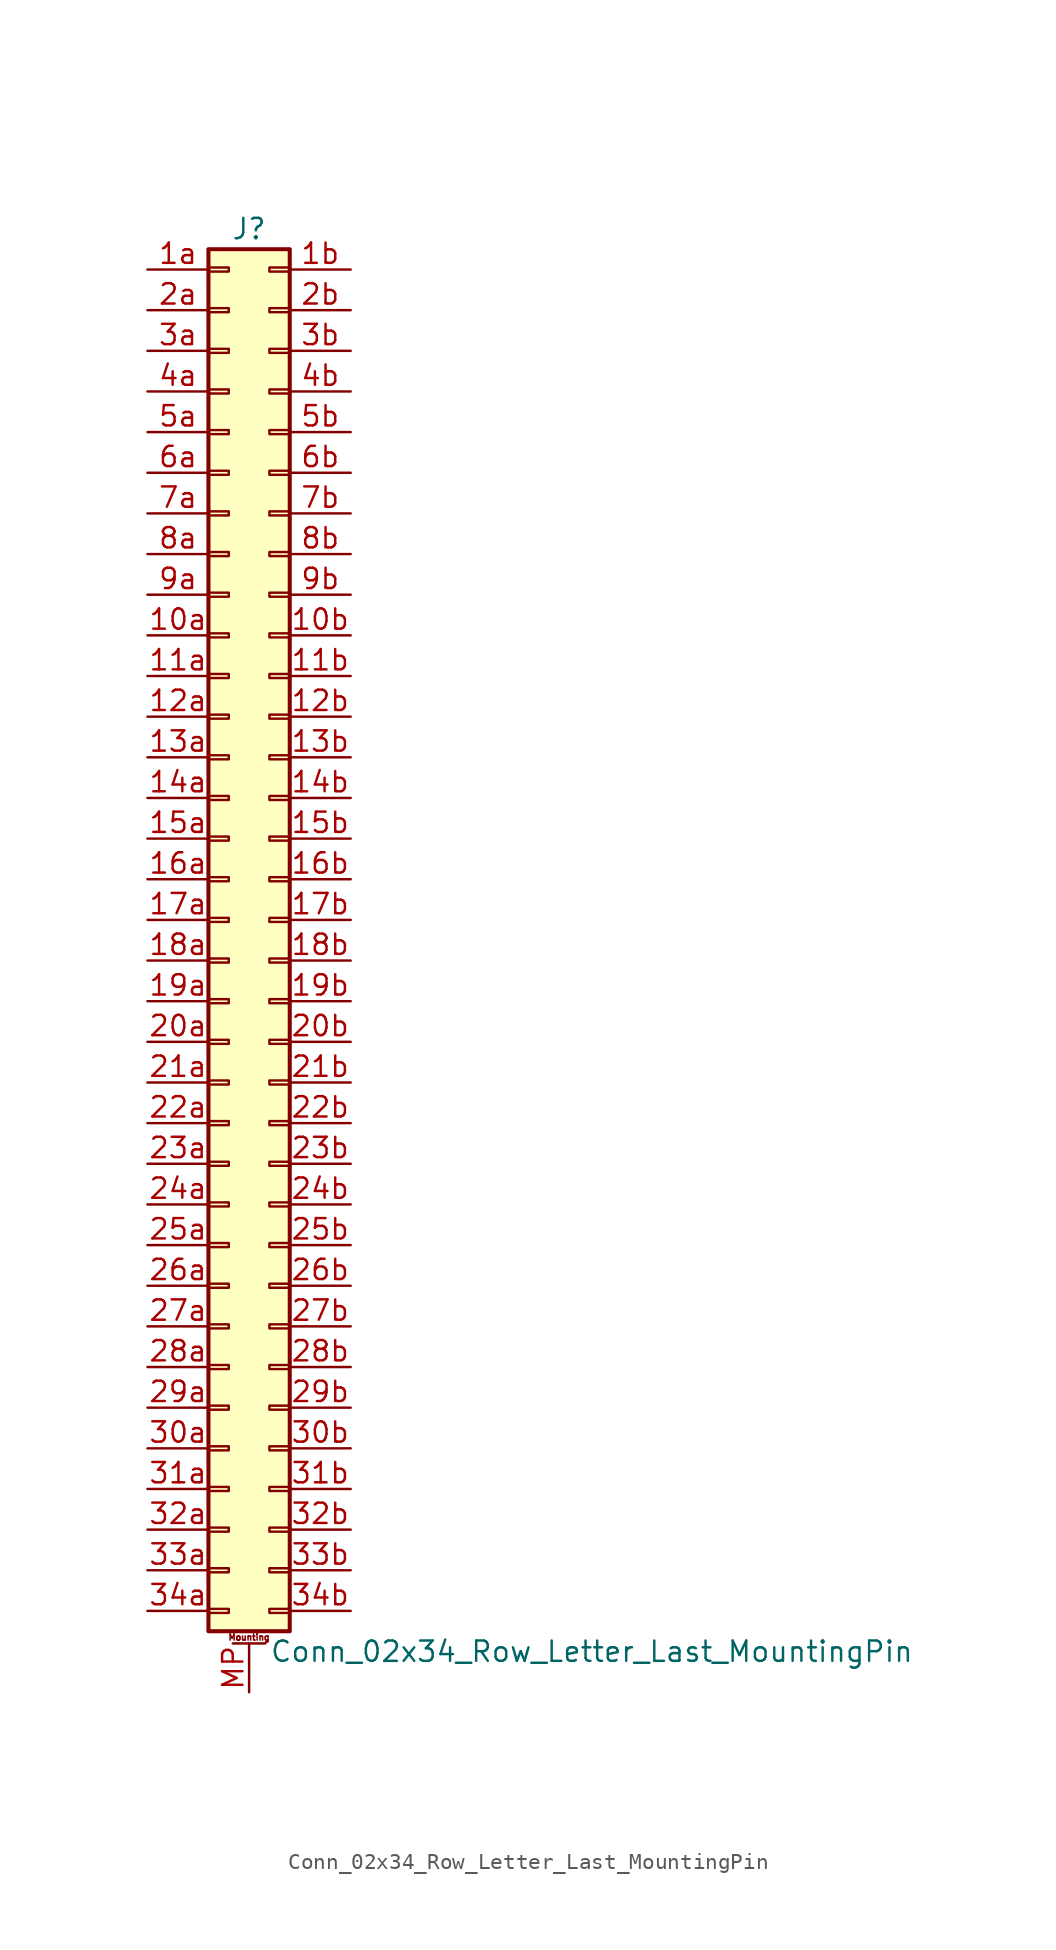
<source format=kicad_sym>
(kicad_symbol_lib
  (version 20211014)
  (generator kicad_symbol_editor)
  (symbol "Conn_02x34_Row_Letter_Last_MountingPin"
    (pin_names
      (offset 1.016) hide)
    (property "Reference" "J"
      (at 1.27 43.18 0)
      (effects (font (size 1.27 1.27))))
    (property "Value" "Conn_02x34_Row_Letter_Last_MountingPin"
      (at 2.54 -45.72 0)
      (effects (font (size 1.27 1.27)) (justify left)))
    (symbol "Conn_02x34_Row_Letter_Last_MountingPin_1_1"
      (rectangle (start -1.27 -43.053) (end 0 -43.307) (stroke (width 0.152) (type default) (color 0 0 0 0)) (fill (type none)))
      (rectangle (start -1.27 -40.513) (end 0 -40.767) (stroke (width 0.152) (type default) (color 0 0 0 0)) (fill (type none)))
      (rectangle (start -1.27 -37.973) (end 0 -38.227) (stroke (width 0.152) (type default) (color 0 0 0 0)) (fill (type none)))
      (rectangle (start -1.27 -35.433) (end 0 -35.687) (stroke (width 0.152) (type default) (color 0 0 0 0)) (fill (type none)))
      (rectangle (start -1.27 -32.893) (end 0 -33.147) (stroke (width 0.152) (type default) (color 0 0 0 0)) (fill (type none)))
      (rectangle (start -1.27 -30.353) (end 0 -30.607) (stroke (width 0.152) (type default) (color 0 0 0 0)) (fill (type none)))
      (rectangle (start -1.27 -27.813) (end 0 -28.067) (stroke (width 0.152) (type default) (color 0 0 0 0)) (fill (type none)))
      (rectangle (start -1.27 -25.273) (end 0 -25.527) (stroke (width 0.152) (type default) (color 0 0 0 0)) (fill (type none)))
      (rectangle (start -1.27 -22.733) (end 0 -22.987) (stroke (width 0.152) (type default) (color 0 0 0 0)) (fill (type none)))
      (rectangle (start -1.27 -20.193) (end 0 -20.447) (stroke (width 0.152) (type default) (color 0 0 0 0)) (fill (type none)))
      (rectangle (start -1.27 -17.653) (end 0 -17.907) (stroke (width 0.152) (type default) (color 0 0 0 0)) (fill (type none)))
      (rectangle (start -1.27 -15.113) (end 0 -15.367) (stroke (width 0.152) (type default) (color 0 0 0 0)) (fill (type none)))
      (rectangle (start -1.27 -12.573) (end 0 -12.827) (stroke (width 0.152) (type default) (color 0 0 0 0)) (fill (type none)))
      (rectangle (start -1.27 -10.033) (end 0 -10.287) (stroke (width 0.152) (type default) (color 0 0 0 0)) (fill (type none)))
      (rectangle (start -1.27 -7.493) (end 0 -7.747) (stroke (width 0.152) (type default) (color 0 0 0 0)) (fill (type none)))
      (rectangle (start -1.27 -4.953) (end 0 -5.207) (stroke (width 0.152) (type default) (color 0 0 0 0)) (fill (type none)))
      (rectangle (start -1.27 -2.413) (end 0 -2.667) (stroke (width 0.152) (type default) (color 0 0 0 0)) (fill (type none)))
      (rectangle (start -1.27 0.127) (end 0 -0.127) (stroke (width 0.152) (type default) (color 0 0 0 0)) (fill (type none)))
      (rectangle (start -1.27 2.667) (end 0 2.413) (stroke (width 0.152) (type default) (color 0 0 0 0)) (fill (type none)))
      (rectangle (start -1.27 5.207) (end 0 4.953) (stroke (width 0.152) (type default) (color 0 0 0 0)) (fill (type none)))
      (rectangle (start -1.27 7.747) (end 0 7.493) (stroke (width 0.152) (type default) (color 0 0 0 0)) (fill (type none)))
      (rectangle (start -1.27 10.287) (end 0 10.033) (stroke (width 0.152) (type default) (color 0 0 0 0)) (fill (type none)))
      (rectangle (start -1.27 12.827) (end 0 12.573) (stroke (width 0.152) (type default) (color 0 0 0 0)) (fill (type none)))
      (rectangle (start -1.27 15.367) (end 0 15.113) (stroke (width 0.152) (type default) (color 0 0 0 0)) (fill (type none)))
      (rectangle (start -1.27 17.907) (end 0 17.653) (stroke (width 0.152) (type default) (color 0 0 0 0)) (fill (type none)))
      (rectangle (start -1.27 20.447) (end 0 20.193) (stroke (width 0.152) (type default) (color 0 0 0 0)) (fill (type none)))
      (rectangle (start -1.27 22.987) (end 0 22.733) (stroke (width 0.152) (type default) (color 0 0 0 0)) (fill (type none)))
      (rectangle (start -1.27 25.527) (end 0 25.273) (stroke (width 0.152) (type default) (color 0 0 0 0)) (fill (type none)))
      (rectangle (start -1.27 28.067) (end 0 27.813) (stroke (width 0.152) (type default) (color 0 0 0 0)) (fill (type none)))
      (rectangle (start -1.27 30.607) (end 0 30.353) (stroke (width 0.152) (type default) (color 0 0 0 0)) (fill (type none)))
      (rectangle (start -1.27 33.147) (end 0 32.893) (stroke (width 0.152) (type default) (color 0 0 0 0)) (fill (type none)))
      (rectangle (start -1.27 35.687) (end 0 35.433) (stroke (width 0.152) (type default) (color 0 0 0 0)) (fill (type none)))
      (rectangle (start -1.27 38.227) (end 0 37.973) (stroke (width 0.152) (type default) (color 0 0 0 0)) (fill (type none)))
      (rectangle (start -1.27 40.767) (end 0 40.513) (stroke (width 0.152) (type default) (color 0 0 0 0)) (fill (type none)))
      (rectangle (start -1.27 41.91) (end 3.81 -44.45) (stroke (width 0.254) (type default) (color 0 0 0 0)) (fill (type background)))
      (polyline (pts (xy 0.254 -45.212) (xy 2.286 -45.212)) (stroke (width 0.152) (type default) (color 0 0 0 0)) (fill (type none)))
      (rectangle (start 3.81 -43.053) (end 2.54 -43.307) (stroke (width 0.152) (type default) (color 0 0 0 0)) (fill (type none)))
      (rectangle (start 3.81 -40.513) (end 2.54 -40.767) (stroke (width 0.152) (type default) (color 0 0 0 0)) (fill (type none)))
      (rectangle (start 3.81 -37.973) (end 2.54 -38.227) (stroke (width 0.152) (type default) (color 0 0 0 0)) (fill (type none)))
      (rectangle (start 3.81 -35.433) (end 2.54 -35.687) (stroke (width 0.152) (type default) (color 0 0 0 0)) (fill (type none)))
      (rectangle (start 3.81 -32.893) (end 2.54 -33.147) (stroke (width 0.152) (type default) (color 0 0 0 0)) (fill (type none)))
      (rectangle (start 3.81 -30.353) (end 2.54 -30.607) (stroke (width 0.152) (type default) (color 0 0 0 0)) (fill (type none)))
      (rectangle (start 3.81 -27.813) (end 2.54 -28.067) (stroke (width 0.152) (type default) (color 0 0 0 0)) (fill (type none)))
      (rectangle (start 3.81 -25.273) (end 2.54 -25.527) (stroke (width 0.152) (type default) (color 0 0 0 0)) (fill (type none)))
      (rectangle (start 3.81 -22.733) (end 2.54 -22.987) (stroke (width 0.152) (type default) (color 0 0 0 0)) (fill (type none)))
      (rectangle (start 3.81 -20.193) (end 2.54 -20.447) (stroke (width 0.152) (type default) (color 0 0 0 0)) (fill (type none)))
      (rectangle (start 3.81 -17.653) (end 2.54 -17.907) (stroke (width 0.152) (type default) (color 0 0 0 0)) (fill (type none)))
      (rectangle (start 3.81 -15.113) (end 2.54 -15.367) (stroke (width 0.152) (type default) (color 0 0 0 0)) (fill (type none)))
      (rectangle (start 3.81 -12.573) (end 2.54 -12.827) (stroke (width 0.152) (type default) (color 0 0 0 0)) (fill (type none)))
      (rectangle (start 3.81 -10.033) (end 2.54 -10.287) (stroke (width 0.152) (type default) (color 0 0 0 0)) (fill (type none)))
      (rectangle (start 3.81 -7.493) (end 2.54 -7.747) (stroke (width 0.152) (type default) (color 0 0 0 0)) (fill (type none)))
      (rectangle (start 3.81 -4.953) (end 2.54 -5.207) (stroke (width 0.152) (type default) (color 0 0 0 0)) (fill (type none)))
      (rectangle (start 3.81 -2.413) (end 2.54 -2.667) (stroke (width 0.152) (type default) (color 0 0 0 0)) (fill (type none)))
      (rectangle (start 3.81 0.127) (end 2.54 -0.127) (stroke (width 0.152) (type default) (color 0 0 0 0)) (fill (type none)))
      (rectangle (start 3.81 2.667) (end 2.54 2.413) (stroke (width 0.152) (type default) (color 0 0 0 0)) (fill (type none)))
      (rectangle (start 3.81 5.207) (end 2.54 4.953) (stroke (width 0.152) (type default) (color 0 0 0 0)) (fill (type none)))
      (rectangle (start 3.81 7.747) (end 2.54 7.493) (stroke (width 0.152) (type default) (color 0 0 0 0)) (fill (type none)))
      (rectangle (start 3.81 10.287) (end 2.54 10.033) (stroke (width 0.152) (type default) (color 0 0 0 0)) (fill (type none)))
      (rectangle (start 3.81 12.827) (end 2.54 12.573) (stroke (width 0.152) (type default) (color 0 0 0 0)) (fill (type none)))
      (rectangle (start 3.81 15.367) (end 2.54 15.113) (stroke (width 0.152) (type default) (color 0 0 0 0)) (fill (type none)))
      (rectangle (start 3.81 17.907) (end 2.54 17.653) (stroke (width 0.152) (type default) (color 0 0 0 0)) (fill (type none)))
      (rectangle (start 3.81 20.447) (end 2.54 20.193) (stroke (width 0.152) (type default) (color 0 0 0 0)) (fill (type none)))
      (rectangle (start 3.81 22.987) (end 2.54 22.733) (stroke (width 0.152) (type default) (color 0 0 0 0)) (fill (type none)))
      (rectangle (start 3.81 25.527) (end 2.54 25.273) (stroke (width 0.152) (type default) (color 0 0 0 0)) (fill (type none)))
      (rectangle (start 3.81 28.067) (end 2.54 27.813) (stroke (width 0.152) (type default) (color 0 0 0 0)) (fill (type none)))
      (rectangle (start 3.81 30.607) (end 2.54 30.353) (stroke (width 0.152) (type default) (color 0 0 0 0)) (fill (type none)))
      (rectangle (start 3.81 33.147) (end 2.54 32.893) (stroke (width 0.152) (type default) (color 0 0 0 0)) (fill (type none)))
      (rectangle (start 3.81 35.687) (end 2.54 35.433) (stroke (width 0.152) (type default) (color 0 0 0 0)) (fill (type none)))
      (rectangle (start 3.81 38.227) (end 2.54 37.973) (stroke (width 0.152) (type default) (color 0 0 0 0)) (fill (type none)))
      (rectangle (start 3.81 40.767) (end 2.54 40.513) (stroke (width 0.152) (type default) (color 0 0 0 0)) (fill (type none)))
      (text "Mounting" (at 1.27 -44.831 0) (effects (font (size 0.381 0.381))))
      (pin passive line (at -5.08 17.78 0) (length 3.81) (name "Pin_10a" (effects (font (size 1.27 1.27)))) (number "10a" (effects (font (size 1.27 1.27)))))
      (pin passive line (at 7.62 17.78 180) (length 3.81) (name "Pin_10b" (effects (font (size 1.27 1.27)))) (number "10b" (effects (font (size 1.27 1.27)))))
      (pin passive line (at -5.08 15.24 0) (length 3.81) (name "Pin_11a" (effects (font (size 1.27 1.27)))) (number "11a" (effects (font (size 1.27 1.27)))))
      (pin passive line (at 7.62 15.24 180) (length 3.81) (name "Pin_11b" (effects (font (size 1.27 1.27)))) (number "11b" (effects (font (size 1.27 1.27)))))
      (pin passive line (at -5.08 12.7 0) (length 3.81) (name "Pin_12a" (effects (font (size 1.27 1.27)))) (number "12a" (effects (font (size 1.27 1.27)))))
      (pin passive line (at 7.62 12.7 180) (length 3.81) (name "Pin_12b" (effects (font (size 1.27 1.27)))) (number "12b" (effects (font (size 1.27 1.27)))))
      (pin passive line (at -5.08 10.16 0) (length 3.81) (name "Pin_13a" (effects (font (size 1.27 1.27)))) (number "13a" (effects (font (size 1.27 1.27)))))
      (pin passive line (at 7.62 10.16 180) (length 3.81) (name "Pin_13b" (effects (font (size 1.27 1.27)))) (number "13b" (effects (font (size 1.27 1.27)))))
      (pin passive line (at -5.08 7.62 0) (length 3.81) (name "Pin_14a" (effects (font (size 1.27 1.27)))) (number "14a" (effects (font (size 1.27 1.27)))))
      (pin passive line (at 7.62 7.62 180) (length 3.81) (name "Pin_14b" (effects (font (size 1.27 1.27)))) (number "14b" (effects (font (size 1.27 1.27)))))
      (pin passive line (at -5.08 5.08 0) (length 3.81) (name "Pin_15a" (effects (font (size 1.27 1.27)))) (number "15a" (effects (font (size 1.27 1.27)))))
      (pin passive line (at 7.62 5.08 180) (length 3.81) (name "Pin_15b" (effects (font (size 1.27 1.27)))) (number "15b" (effects (font (size 1.27 1.27)))))
      (pin passive line (at -5.08 2.54 0) (length 3.81) (name "Pin_16a" (effects (font (size 1.27 1.27)))) (number "16a" (effects (font (size 1.27 1.27)))))
      (pin passive line (at 7.62 2.54 180) (length 3.81) (name "Pin_16b" (effects (font (size 1.27 1.27)))) (number "16b" (effects (font (size 1.27 1.27)))))
      (pin passive line (at -5.08 0 0) (length 3.81) (name "Pin_17a" (effects (font (size 1.27 1.27)))) (number "17a" (effects (font (size 1.27 1.27)))))
      (pin passive line (at 7.62 0 180) (length 3.81) (name "Pin_17b" (effects (font (size 1.27 1.27)))) (number "17b" (effects (font (size 1.27 1.27)))))
      (pin passive line (at -5.08 -2.54 0) (length 3.81) (name "Pin_18a" (effects (font (size 1.27 1.27)))) (number "18a" (effects (font (size 1.27 1.27)))))
      (pin passive line (at 7.62 -2.54 180) (length 3.81) (name "Pin_18b" (effects (font (size 1.27 1.27)))) (number "18b" (effects (font (size 1.27 1.27)))))
      (pin passive line (at -5.08 -5.08 0) (length 3.81) (name "Pin_19a" (effects (font (size 1.27 1.27)))) (number "19a" (effects (font (size 1.27 1.27)))))
      (pin passive line (at 7.62 -5.08 180) (length 3.81) (name "Pin_19b" (effects (font (size 1.27 1.27)))) (number "19b" (effects (font (size 1.27 1.27)))))
      (pin passive line (at -5.08 40.64 0) (length 3.81) (name "Pin_1a" (effects (font (size 1.27 1.27)))) (number "1a" (effects (font (size 1.27 1.27)))))
      (pin passive line (at 7.62 40.64 180) (length 3.81) (name "Pin_1b" (effects (font (size 1.27 1.27)))) (number "1b" (effects (font (size 1.27 1.27)))))
      (pin passive line (at -5.08 -7.62 0) (length 3.81) (name "Pin_20a" (effects (font (size 1.27 1.27)))) (number "20a" (effects (font (size 1.27 1.27)))))
      (pin passive line (at 7.62 -7.62 180) (length 3.81) (name "Pin_20b" (effects (font (size 1.27 1.27)))) (number "20b" (effects (font (size 1.27 1.27)))))
      (pin passive line (at -5.08 -10.16 0) (length 3.81) (name "Pin_21a" (effects (font (size 1.27 1.27)))) (number "21a" (effects (font (size 1.27 1.27)))))
      (pin passive line (at 7.62 -10.16 180) (length 3.81) (name "Pin_21b" (effects (font (size 1.27 1.27)))) (number "21b" (effects (font (size 1.27 1.27)))))
      (pin passive line (at -5.08 -12.7 0) (length 3.81) (name "Pin_22a" (effects (font (size 1.27 1.27)))) (number "22a" (effects (font (size 1.27 1.27)))))
      (pin passive line (at 7.62 -12.7 180) (length 3.81) (name "Pin_22b" (effects (font (size 1.27 1.27)))) (number "22b" (effects (font (size 1.27 1.27)))))
      (pin passive line (at -5.08 -15.24 0) (length 3.81) (name "Pin_23a" (effects (font (size 1.27 1.27)))) (number "23a" (effects (font (size 1.27 1.27)))))
      (pin passive line (at 7.62 -15.24 180) (length 3.81) (name "Pin_23b" (effects (font (size 1.27 1.27)))) (number "23b" (effects (font (size 1.27 1.27)))))
      (pin passive line (at -5.08 -17.78 0) (length 3.81) (name "Pin_24a" (effects (font (size 1.27 1.27)))) (number "24a" (effects (font (size 1.27 1.27)))))
      (pin passive line (at 7.62 -17.78 180) (length 3.81) (name "Pin_24b" (effects (font (size 1.27 1.27)))) (number "24b" (effects (font (size 1.27 1.27)))))
      (pin passive line (at -5.08 -20.32 0) (length 3.81) (name "Pin_25a" (effects (font (size 1.27 1.27)))) (number "25a" (effects (font (size 1.27 1.27)))))
      (pin passive line (at 7.62 -20.32 180) (length 3.81) (name "Pin_25b" (effects (font (size 1.27 1.27)))) (number "25b" (effects (font (size 1.27 1.27)))))
      (pin passive line (at -5.08 -22.86 0) (length 3.81) (name "Pin_26a" (effects (font (size 1.27 1.27)))) (number "26a" (effects (font (size 1.27 1.27)))))
      (pin passive line (at 7.62 -22.86 180) (length 3.81) (name "Pin_26b" (effects (font (size 1.27 1.27)))) (number "26b" (effects (font (size 1.27 1.27)))))
      (pin passive line (at -5.08 -25.4 0) (length 3.81) (name "Pin_27a" (effects (font (size 1.27 1.27)))) (number "27a" (effects (font (size 1.27 1.27)))))
      (pin passive line (at 7.62 -25.4 180) (length 3.81) (name "Pin_27b" (effects (font (size 1.27 1.27)))) (number "27b" (effects (font (size 1.27 1.27)))))
      (pin passive line (at -5.08 -27.94 0) (length 3.81) (name "Pin_28a" (effects (font (size 1.27 1.27)))) (number "28a" (effects (font (size 1.27 1.27)))))
      (pin passive line (at 7.62 -27.94 180) (length 3.81) (name "Pin_28b" (effects (font (size 1.27 1.27)))) (number "28b" (effects (font (size 1.27 1.27)))))
      (pin passive line (at -5.08 -30.48 0) (length 3.81) (name "Pin_29a" (effects (font (size 1.27 1.27)))) (number "29a" (effects (font (size 1.27 1.27)))))
      (pin passive line (at 7.62 -30.48 180) (length 3.81) (name "Pin_29b" (effects (font (size 1.27 1.27)))) (number "29b" (effects (font (size 1.27 1.27)))))
      (pin passive line (at -5.08 38.1 0) (length 3.81) (name "Pin_2a" (effects (font (size 1.27 1.27)))) (number "2a" (effects (font (size 1.27 1.27)))))
      (pin passive line (at 7.62 38.1 180) (length 3.81) (name "Pin_2b" (effects (font (size 1.27 1.27)))) (number "2b" (effects (font (size 1.27 1.27)))))
      (pin passive line (at -5.08 -33.02 0) (length 3.81) (name "Pin_30a" (effects (font (size 1.27 1.27)))) (number "30a" (effects (font (size 1.27 1.27)))))
      (pin passive line (at 7.62 -33.02 180) (length 3.81) (name "Pin_30b" (effects (font (size 1.27 1.27)))) (number "30b" (effects (font (size 1.27 1.27)))))
      (pin passive line (at -5.08 -35.56 0) (length 3.81) (name "Pin_31a" (effects (font (size 1.27 1.27)))) (number "31a" (effects (font (size 1.27 1.27)))))
      (pin passive line (at 7.62 -35.56 180) (length 3.81) (name "Pin_31b" (effects (font (size 1.27 1.27)))) (number "31b" (effects (font (size 1.27 1.27)))))
      (pin passive line (at -5.08 -38.1 0) (length 3.81) (name "Pin_32a" (effects (font (size 1.27 1.27)))) (number "32a" (effects (font (size 1.27 1.27)))))
      (pin passive line (at 7.62 -38.1 180) (length 3.81) (name "Pin_32b" (effects (font (size 1.27 1.27)))) (number "32b" (effects (font (size 1.27 1.27)))))
      (pin passive line (at -5.08 -40.64 0) (length 3.81) (name "Pin_33a" (effects (font (size 1.27 1.27)))) (number "33a" (effects (font (size 1.27 1.27)))))
      (pin passive line (at 7.62 -40.64 180) (length 3.81) (name "Pin_33b" (effects (font (size 1.27 1.27)))) (number "33b" (effects (font (size 1.27 1.27)))))
      (pin passive line (at -5.08 -43.18 0) (length 3.81) (name "Pin_34a" (effects (font (size 1.27 1.27)))) (number "34a" (effects (font (size 1.27 1.27)))))
      (pin passive line (at 7.62 -43.18 180) (length 3.81) (name "Pin_34b" (effects (font (size 1.27 1.27)))) (number "34b" (effects (font (size 1.27 1.27)))))
      (pin passive line (at -5.08 35.56 0) (length 3.81) (name "Pin_3a" (effects (font (size 1.27 1.27)))) (number "3a" (effects (font (size 1.27 1.27)))))
      (pin passive line (at 7.62 35.56 180) (length 3.81) (name "Pin_3b" (effects (font (size 1.27 1.27)))) (number "3b" (effects (font (size 1.27 1.27)))))
      (pin passive line (at -5.08 33.02 0) (length 3.81) (name "Pin_4a" (effects (font (size 1.27 1.27)))) (number "4a" (effects (font (size 1.27 1.27)))))
      (pin passive line (at 7.62 33.02 180) (length 3.81) (name "Pin_4b" (effects (font (size 1.27 1.27)))) (number "4b" (effects (font (size 1.27 1.27)))))
      (pin passive line (at -5.08 30.48 0) (length 3.81) (name "Pin_5a" (effects (font (size 1.27 1.27)))) (number "5a" (effects (font (size 1.27 1.27)))))
      (pin passive line (at 7.62 30.48 180) (length 3.81) (name "Pin_5b" (effects (font (size 1.27 1.27)))) (number "5b" (effects (font (size 1.27 1.27)))))
      (pin passive line (at -5.08 27.94 0) (length 3.81) (name "Pin_6a" (effects (font (size 1.27 1.27)))) (number "6a" (effects (font (size 1.27 1.27)))))
      (pin passive line (at 7.62 27.94 180) (length 3.81) (name "Pin_6b" (effects (font (size 1.27 1.27)))) (number "6b" (effects (font (size 1.27 1.27)))))
      (pin passive line (at -5.08 25.4 0) (length 3.81) (name "Pin_7a" (effects (font (size 1.27 1.27)))) (number "7a" (effects (font (size 1.27 1.27)))))
      (pin passive line (at 7.62 25.4 180) (length 3.81) (name "Pin_7b" (effects (font (size 1.27 1.27)))) (number "7b" (effects (font (size 1.27 1.27)))))
      (pin passive line (at -5.08 22.86 0) (length 3.81) (name "Pin_8a" (effects (font (size 1.27 1.27)))) (number "8a" (effects (font (size 1.27 1.27)))))
      (pin passive line (at 7.62 22.86 180) (length 3.81) (name "Pin_8b" (effects (font (size 1.27 1.27)))) (number "8b" (effects (font (size 1.27 1.27)))))
      (pin passive line (at -5.08 20.32 0) (length 3.81) (name "Pin_9a" (effects (font (size 1.27 1.27)))) (number "9a" (effects (font (size 1.27 1.27)))))
      (pin passive line (at 7.62 20.32 180) (length 3.81) (name "Pin_9b" (effects (font (size 1.27 1.27)))) (number "9b" (effects (font (size 1.27 1.27)))))
      (pin passive line (at 1.27 -48.26 90) (length 3.048) (name "MountPin" (effects (font (size 1.27 1.27)))) (number "MP" (effects (font (size 1.27 1.27))))))))
</source>
